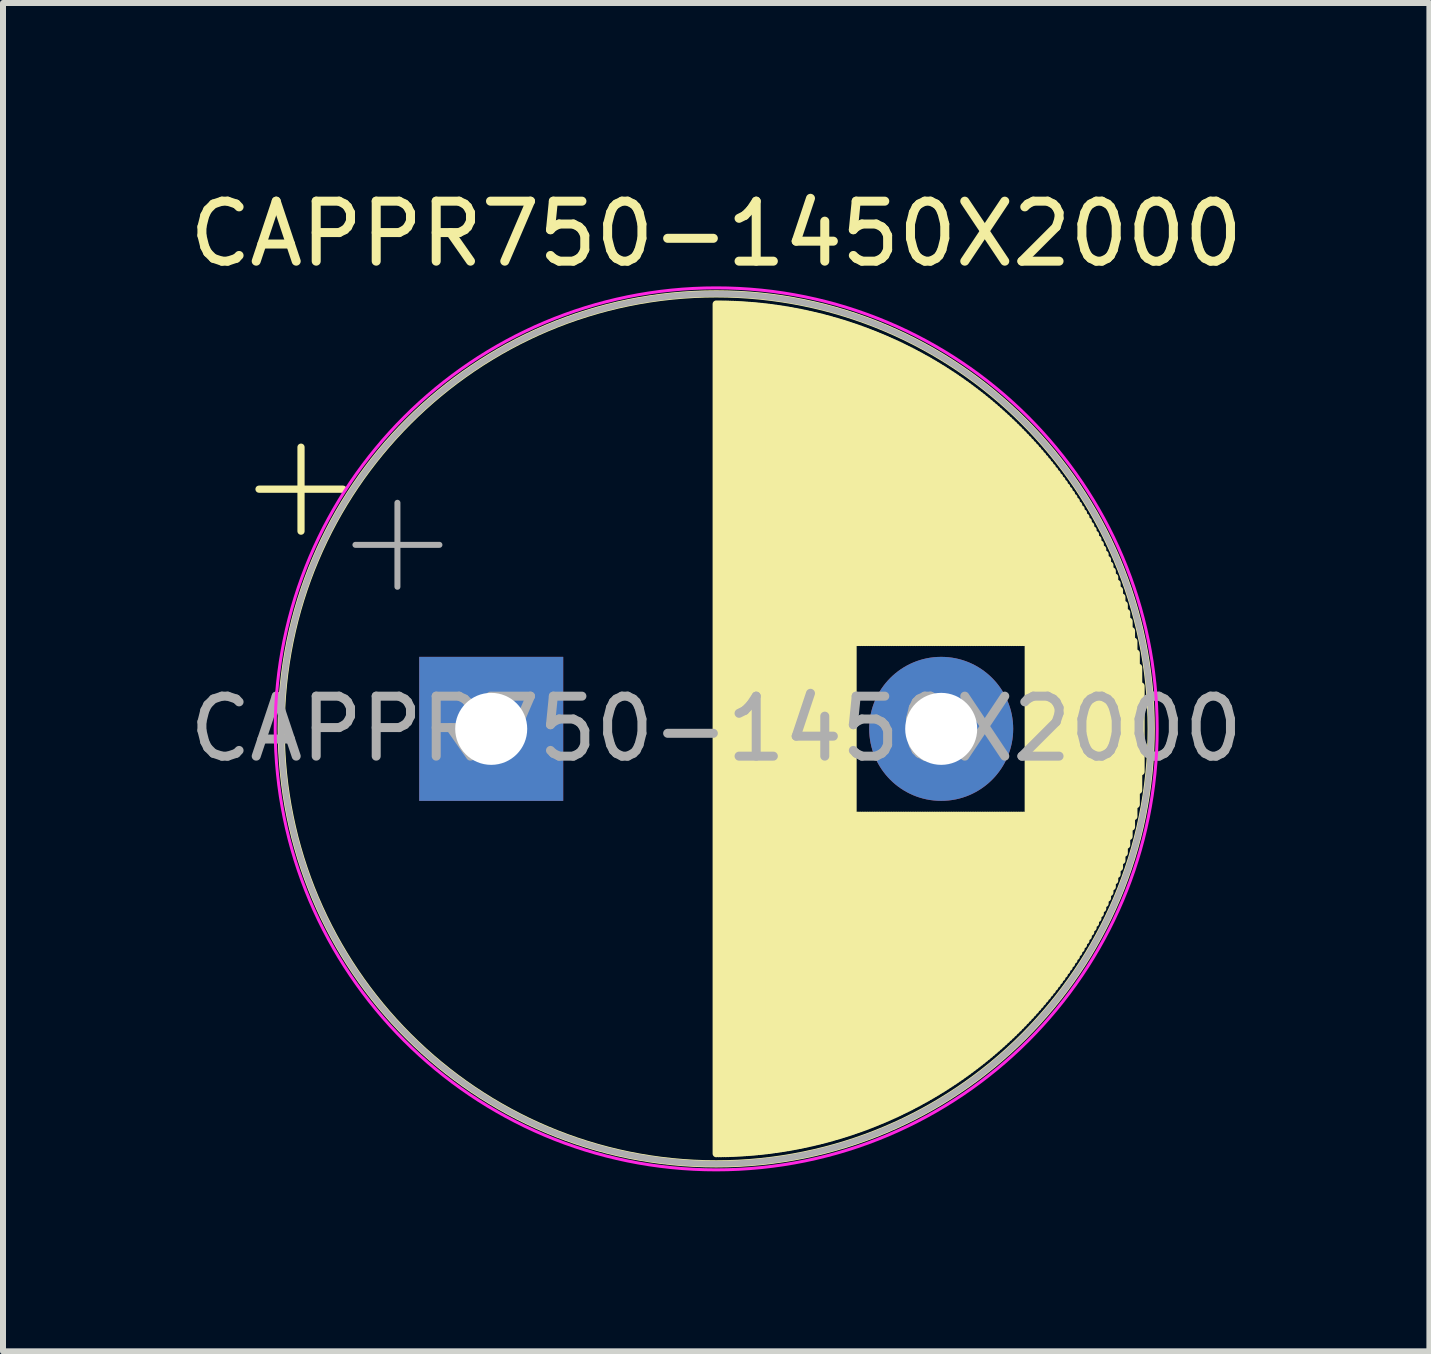
<source format=kicad_pcb>
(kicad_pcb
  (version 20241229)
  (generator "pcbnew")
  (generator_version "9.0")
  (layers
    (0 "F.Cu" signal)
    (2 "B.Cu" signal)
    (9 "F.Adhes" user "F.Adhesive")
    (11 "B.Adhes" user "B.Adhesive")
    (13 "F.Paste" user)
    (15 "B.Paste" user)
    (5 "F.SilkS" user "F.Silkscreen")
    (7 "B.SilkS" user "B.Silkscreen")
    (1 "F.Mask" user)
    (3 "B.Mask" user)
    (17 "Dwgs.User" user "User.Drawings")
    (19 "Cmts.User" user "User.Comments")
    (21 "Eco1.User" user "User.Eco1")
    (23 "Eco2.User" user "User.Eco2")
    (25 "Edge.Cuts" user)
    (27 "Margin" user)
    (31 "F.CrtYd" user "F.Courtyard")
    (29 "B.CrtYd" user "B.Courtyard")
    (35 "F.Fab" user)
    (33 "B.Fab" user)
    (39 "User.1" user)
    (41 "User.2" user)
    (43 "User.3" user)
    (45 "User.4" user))
  (footprint "CAPPR750-1450X2000"
    (layer "F.Cu")
    (at 5.137 9.098)
    (property "Reference" "CAPPR750-1450X2000" (at 3.75 -8.25 0) (layer "F.SilkS") (effects (font (size 1 1) (thickness 0.15))))
    (attr through_hole)
    (fp_line (start -3.87 -3.995) (end -2.47 -3.995) (stroke (width 0.12) (type solid)) (layer "F.SilkS"))
    (fp_line (start -3.17 -4.695) (end -3.17 -3.295) (stroke (width 0.12) (type solid)) (layer "F.SilkS"))
    (fp_line (start 3.75 -7.08) (end 3.75 7.08) (stroke (width 0.12) (type solid)) (layer "F.SilkS"))
    (fp_line (start 3.79 -7.08) (end 3.79 7.08) (stroke (width 0.12) (type solid)) (layer "F.SilkS"))
    (fp_line (start 3.83 -7.08) (end 3.83 7.08) (stroke (width 0.12) (type solid)) (layer "F.SilkS"))
    (fp_line (start 3.87 -7.079) (end 3.87 7.079) (stroke (width 0.12) (type solid)) (layer "F.SilkS"))
    (fp_line (start 3.91 -7.079) (end 3.91 7.079) (stroke (width 0.12) (type solid)) (layer "F.SilkS"))
    (fp_line (start 3.95 -7.078) (end 3.95 7.078) (stroke (width 0.12) (type solid)) (layer "F.SilkS"))
    (fp_line (start 3.99 -7.076) (end 3.99 7.076) (stroke (width 0.12) (type solid)) (layer "F.SilkS"))
    (fp_line (start 4.03 -7.075) (end 4.03 7.075) (stroke (width 0.12) (type solid)) (layer "F.SilkS"))
    (fp_line (start 4.07 -7.073) (end 4.07 7.073) (stroke (width 0.12) (type solid)) (layer "F.SilkS"))
    (fp_line (start 4.11 -7.071) (end 4.11 7.071) (stroke (width 0.12) (type solid)) (layer "F.SilkS"))
    (fp_line (start 4.15 -7.069) (end 4.15 7.069) (stroke (width 0.12) (type solid)) (layer "F.SilkS"))
    (fp_line (start 4.19 -7.067) (end 4.19 7.067) (stroke (width 0.12) (type solid)) (layer "F.SilkS"))
    (fp_line (start 4.23 -7.064) (end 4.23 7.064) (stroke (width 0.12) (type solid)) (layer "F.SilkS"))
    (fp_line (start 4.27 -7.061) (end 4.27 7.061) (stroke (width 0.12) (type solid)) (layer "F.SilkS"))
    (fp_line (start 4.31 -7.058) (end 4.31 7.058) (stroke (width 0.12) (type solid)) (layer "F.SilkS"))
    (fp_line (start 4.35 -7.055) (end 4.35 7.055) (stroke (width 0.12) (type solid)) (layer "F.SilkS"))
    (fp_line (start 4.39 -7.052) (end 4.39 7.052) (stroke (width 0.12) (type solid)) (layer "F.SilkS"))
    (fp_line (start 4.43 -7.048) (end 4.43 7.048) (stroke (width 0.12) (type solid)) (layer "F.SilkS"))
    (fp_line (start 4.471 -7.044) (end 4.471 7.044) (stroke (width 0.12) (type solid)) (layer "F.SilkS"))
    (fp_line (start 4.511 -7.04) (end 4.511 7.04) (stroke (width 0.12) (type solid)) (layer "F.SilkS"))
    (fp_line (start 4.551 -7.035) (end 4.551 7.035) (stroke (width 0.12) (type solid)) (layer "F.SilkS"))
    (fp_line (start 4.591 -7.031) (end 4.591 7.031) (stroke (width 0.12) (type solid)) (layer "F.SilkS"))
    (fp_line (start 4.631 -7.026) (end 4.631 7.026) (stroke (width 0.12) (type solid)) (layer "F.SilkS"))
    (fp_line (start 4.671 -7.021) (end 4.671 7.021) (stroke (width 0.12) (type solid)) (layer "F.SilkS"))
    (fp_line (start 4.711 -7.015) (end 4.711 7.015) (stroke (width 0.12) (type solid)) (layer "F.SilkS"))
    (fp_line (start 4.751 -7.01) (end 4.751 7.01) (stroke (width 0.12) (type solid)) (layer "F.SilkS"))
    (fp_line (start 4.791 -7.004) (end 4.791 7.004) (stroke (width 0.12) (type solid)) (layer "F.SilkS"))
    (fp_line (start 4.831 -6.998) (end 4.831 6.998) (stroke (width 0.12) (type solid)) (layer "F.SilkS"))
    (fp_line (start 4.871 -6.992) (end 4.871 6.992) (stroke (width 0.12) (type solid)) (layer "F.SilkS"))
    (fp_line (start 4.911 -6.985) (end 4.911 6.985) (stroke (width 0.12) (type solid)) (layer "F.SilkS"))
    (fp_line (start 4.951 -6.979) (end 4.951 6.979) (stroke (width 0.12) (type solid)) (layer "F.SilkS"))
    (fp_line (start 4.991 -6.972) (end 4.991 6.972) (stroke (width 0.12) (type solid)) (layer "F.SilkS"))
    (fp_line (start 5.031 -6.964) (end 5.031 6.964) (stroke (width 0.12) (type solid)) (layer "F.SilkS"))
    (fp_line (start 5.071 -6.957) (end 5.071 6.957) (stroke (width 0.12) (type solid)) (layer "F.SilkS"))
    (fp_line (start 5.111 -6.949) (end 5.111 6.949) (stroke (width 0.12) (type solid)) (layer "F.SilkS"))
    (fp_line (start 5.151 -6.942) (end 5.151 6.942) (stroke (width 0.12) (type solid)) (layer "F.SilkS"))
    (fp_line (start 5.191 -6.933) (end 5.191 6.933) (stroke (width 0.12) (type solid)) (layer "F.SilkS"))
    (fp_line (start 5.231 -6.925) (end 5.231 6.925) (stroke (width 0.12) (type solid)) (layer "F.SilkS"))
    (fp_line (start 5.271 -6.916) (end 5.271 6.916) (stroke (width 0.12) (type solid)) (layer "F.SilkS"))
    (fp_line (start 5.311 -6.907) (end 5.311 6.907) (stroke (width 0.12) (type solid)) (layer "F.SilkS"))
    (fp_line (start 5.351 -6.898) (end 5.351 6.898) (stroke (width 0.12) (type solid)) (layer "F.SilkS"))
    (fp_line (start 5.391 -6.889) (end 5.391 6.889) (stroke (width 0.12) (type solid)) (layer "F.SilkS"))
    (fp_line (start 5.431 -6.879) (end 5.431 6.879) (stroke (width 0.12) (type solid)) (layer "F.SilkS"))
    (fp_line (start 5.471 -6.87) (end 5.471 6.87) (stroke (width 0.12) (type solid)) (layer "F.SilkS"))
    (fp_line (start 5.511 -6.86) (end 5.511 6.86) (stroke (width 0.12) (type solid)) (layer "F.SilkS"))
    (fp_line (start 5.551 -6.849) (end 5.551 6.849) (stroke (width 0.12) (type solid)) (layer "F.SilkS"))
    (fp_line (start 5.591 -6.839) (end 5.591 6.839) (stroke (width 0.12) (type solid)) (layer "F.SilkS"))
    (fp_line (start 5.631 -6.828) (end 5.631 6.828) (stroke (width 0.12) (type solid)) (layer "F.SilkS"))
    (fp_line (start 5.671 -6.817) (end 5.671 6.817) (stroke (width 0.12) (type solid)) (layer "F.SilkS"))
    (fp_line (start 5.711 -6.805) (end 5.711 6.805) (stroke (width 0.12) (type solid)) (layer "F.SilkS"))
    (fp_line (start 5.751 -6.794) (end 5.751 6.794) (stroke (width 0.12) (type solid)) (layer "F.SilkS"))
    (fp_line (start 5.791 -6.782) (end 5.791 6.782) (stroke (width 0.12) (type solid)) (layer "F.SilkS"))
    (fp_line (start 5.831 -6.77) (end 5.831 6.77) (stroke (width 0.12) (type solid)) (layer "F.SilkS"))
    (fp_line (start 5.871 -6.758) (end 5.871 6.758) (stroke (width 0.12) (type solid)) (layer "F.SilkS"))
    (fp_line (start 5.911 -6.745) (end 5.911 6.745) (stroke (width 0.12) (type solid)) (layer "F.SilkS"))
    (fp_line (start 5.951 -6.732) (end 5.951 6.732) (stroke (width 0.12) (type solid)) (layer "F.SilkS"))
    (fp_line (start 5.991 -6.719) (end 5.991 6.719) (stroke (width 0.12) (type solid)) (layer "F.SilkS"))
    (fp_line (start 6.031 -6.706) (end 6.031 6.706) (stroke (width 0.12) (type solid)) (layer "F.SilkS"))
    (fp_line (start 6.071 -6.692) (end 6.071 -1.44) (stroke (width 0.12) (type solid)) (layer "F.SilkS"))
    (fp_line (start 6.071 1.44) (end 6.071 6.692) (stroke (width 0.12) (type solid)) (layer "F.SilkS"))
    (fp_line (start 6.111 -6.678) (end 6.111 -1.44) (stroke (width 0.12) (type solid)) (layer "F.SilkS"))
    (fp_line (start 6.111 1.44) (end 6.111 6.678) (stroke (width 0.12) (type solid)) (layer "F.SilkS"))
    (fp_line (start 6.151 -6.664) (end 6.151 -1.44) (stroke (width 0.12) (type solid)) (layer "F.SilkS"))
    (fp_line (start 6.151 1.44) (end 6.151 6.664) (stroke (width 0.12) (type solid)) (layer "F.SilkS"))
    (fp_line (start 6.191 -6.649) (end 6.191 -1.44) (stroke (width 0.12) (type solid)) (layer "F.SilkS"))
    (fp_line (start 6.191 1.44) (end 6.191 6.649) (stroke (width 0.12) (type solid)) (layer "F.SilkS"))
    (fp_line (start 6.231 -6.635) (end 6.231 -1.44) (stroke (width 0.12) (type solid)) (layer "F.SilkS"))
    (fp_line (start 6.231 1.44) (end 6.231 6.635) (stroke (width 0.12) (type solid)) (layer "F.SilkS"))
    (fp_line (start 6.271 -6.62) (end 6.271 -1.44) (stroke (width 0.12) (type solid)) (layer "F.SilkS"))
    (fp_line (start 6.271 1.44) (end 6.271 6.62) (stroke (width 0.12) (type solid)) (layer "F.SilkS"))
    (fp_line (start 6.311 -6.604) (end 6.311 -1.44) (stroke (width 0.12) (type solid)) (layer "F.SilkS"))
    (fp_line (start 6.311 1.44) (end 6.311 6.604) (stroke (width 0.12) (type solid)) (layer "F.SilkS"))
    (fp_line (start 6.351 -6.589) (end 6.351 -1.44) (stroke (width 0.12) (type solid)) (layer "F.SilkS"))
    (fp_line (start 6.351 1.44) (end 6.351 6.589) (stroke (width 0.12) (type solid)) (layer "F.SilkS"))
    (fp_line (start 6.391 -6.573) (end 6.391 -1.44) (stroke (width 0.12) (type solid)) (layer "F.SilkS"))
    (fp_line (start 6.391 1.44) (end 6.391 6.573) (stroke (width 0.12) (type solid)) (layer "F.SilkS"))
    (fp_line (start 6.431 -6.557) (end 6.431 -1.44) (stroke (width 0.12) (type solid)) (layer "F.SilkS"))
    (fp_line (start 6.431 1.44) (end 6.431 6.557) (stroke (width 0.12) (type solid)) (layer "F.SilkS"))
    (fp_line (start 6.471 -6.54) (end 6.471 -1.44) (stroke (width 0.12) (type solid)) (layer "F.SilkS"))
    (fp_line (start 6.471 1.44) (end 6.471 6.54) (stroke (width 0.12) (type solid)) (layer "F.SilkS"))
    (fp_line (start 6.511 -6.524) (end 6.511 -1.44) (stroke (width 0.12) (type solid)) (layer "F.SilkS"))
    (fp_line (start 6.511 1.44) (end 6.511 6.524) (stroke (width 0.12) (type solid)) (layer "F.SilkS"))
    (fp_line (start 6.551 -6.507) (end 6.551 -1.44) (stroke (width 0.12) (type solid)) (layer "F.SilkS"))
    (fp_line (start 6.551 1.44) (end 6.551 6.507) (stroke (width 0.12) (type solid)) (layer "F.SilkS"))
    (fp_line (start 6.591 -6.49) (end 6.591 -1.44) (stroke (width 0.12) (type solid)) (layer "F.SilkS"))
    (fp_line (start 6.591 1.44) (end 6.591 6.49) (stroke (width 0.12) (type solid)) (layer "F.SilkS"))
    (fp_line (start 6.631 -6.472) (end 6.631 -1.44) (stroke (width 0.12) (type solid)) (layer "F.SilkS"))
    (fp_line (start 6.631 1.44) (end 6.631 6.472) (stroke (width 0.12) (type solid)) (layer "F.SilkS"))
    (fp_line (start 6.671 -6.454) (end 6.671 -1.44) (stroke (width 0.12) (type solid)) (layer "F.SilkS"))
    (fp_line (start 6.671 1.44) (end 6.671 6.454) (stroke (width 0.12) (type solid)) (layer "F.SilkS"))
    (fp_line (start 6.711 -6.436) (end 6.711 -1.44) (stroke (width 0.12) (type solid)) (layer "F.SilkS"))
    (fp_line (start 6.711 1.44) (end 6.711 6.436) (stroke (width 0.12) (type solid)) (layer "F.SilkS"))
    (fp_line (start 6.751 -6.418) (end 6.751 -1.44) (stroke (width 0.12) (type solid)) (layer "F.SilkS"))
    (fp_line (start 6.751 1.44) (end 6.751 6.418) (stroke (width 0.12) (type solid)) (layer "F.SilkS"))
    (fp_line (start 6.791 -6.399) (end 6.791 -1.44) (stroke (width 0.12) (type solid)) (layer "F.SilkS"))
    (fp_line (start 6.791 1.44) (end 6.791 6.399) (stroke (width 0.12) (type solid)) (layer "F.SilkS"))
    (fp_line (start 6.831 -6.38) (end 6.831 -1.44) (stroke (width 0.12) (type solid)) (layer "F.SilkS"))
    (fp_line (start 6.831 1.44) (end 6.831 6.38) (stroke (width 0.12) (type solid)) (layer "F.SilkS"))
    (fp_line (start 6.871 -6.36) (end 6.871 -1.44) (stroke (width 0.12) (type solid)) (layer "F.SilkS"))
    (fp_line (start 6.871 1.44) (end 6.871 6.36) (stroke (width 0.12) (type solid)) (layer "F.SilkS"))
    (fp_line (start 6.911 -6.341) (end 6.911 -1.44) (stroke (width 0.12) (type solid)) (layer "F.SilkS"))
    (fp_line (start 6.911 1.44) (end 6.911 6.341) (stroke (width 0.12) (type solid)) (layer "F.SilkS"))
    (fp_line (start 6.951 -6.321) (end 6.951 -1.44) (stroke (width 0.12) (type solid)) (layer "F.SilkS"))
    (fp_line (start 6.951 1.44) (end 6.951 6.321) (stroke (width 0.12) (type solid)) (layer "F.SilkS"))
    (fp_line (start 6.991 -6.301) (end 6.991 -1.44) (stroke (width 0.12) (type solid)) (layer "F.SilkS"))
    (fp_line (start 6.991 1.44) (end 6.991 6.301) (stroke (width 0.12) (type solid)) (layer "F.SilkS"))
    (fp_line (start 7.031 -6.28) (end 7.031 -1.44) (stroke (width 0.12) (type solid)) (layer "F.SilkS"))
    (fp_line (start 7.031 1.44) (end 7.031 6.28) (stroke (width 0.12) (type solid)) (layer "F.SilkS"))
    (fp_line (start 7.071 -6.259) (end 7.071 -1.44) (stroke (width 0.12) (type solid)) (layer "F.SilkS"))
    (fp_line (start 7.071 1.44) (end 7.071 6.259) (stroke (width 0.12) (type solid)) (layer "F.SilkS"))
    (fp_line (start 7.111 -6.238) (end 7.111 -1.44) (stroke (width 0.12) (type solid)) (layer "F.SilkS"))
    (fp_line (start 7.111 1.44) (end 7.111 6.238) (stroke (width 0.12) (type solid)) (layer "F.SilkS"))
    (fp_line (start 7.151 -6.216) (end 7.151 -1.44) (stroke (width 0.12) (type solid)) (layer "F.SilkS"))
    (fp_line (start 7.151 1.44) (end 7.151 6.216) (stroke (width 0.12) (type solid)) (layer "F.SilkS"))
    (fp_line (start 7.191 -6.194) (end 7.191 -1.44) (stroke (width 0.12) (type solid)) (layer "F.SilkS"))
    (fp_line (start 7.191 1.44) (end 7.191 6.194) (stroke (width 0.12) (type solid)) (layer "F.SilkS"))
    (fp_line (start 7.231 -6.172) (end 7.231 -1.44) (stroke (width 0.12) (type solid)) (layer "F.SilkS"))
    (fp_line (start 7.231 1.44) (end 7.231 6.172) (stroke (width 0.12) (type solid)) (layer "F.SilkS"))
    (fp_line (start 7.271 -6.15) (end 7.271 -1.44) (stroke (width 0.12) (type solid)) (layer "F.SilkS"))
    (fp_line (start 7.271 1.44) (end 7.271 6.15) (stroke (width 0.12) (type solid)) (layer "F.SilkS"))
    (fp_line (start 7.311 -6.127) (end 7.311 -1.44) (stroke (width 0.12) (type solid)) (layer "F.SilkS"))
    (fp_line (start 7.311 1.44) (end 7.311 6.127) (stroke (width 0.12) (type solid)) (layer "F.SilkS"))
    (fp_line (start 7.351 -6.103) (end 7.351 -1.44) (stroke (width 0.12) (type solid)) (layer "F.SilkS"))
    (fp_line (start 7.351 1.44) (end 7.351 6.103) (stroke (width 0.12) (type solid)) (layer "F.SilkS"))
    (fp_line (start 7.391 -6.08) (end 7.391 -1.44) (stroke (width 0.12) (type solid)) (layer "F.SilkS"))
    (fp_line (start 7.391 1.44) (end 7.391 6.08) (stroke (width 0.12) (type solid)) (layer "F.SilkS"))
    (fp_line (start 7.431 -6.056) (end 7.431 -1.44) (stroke (width 0.12) (type solid)) (layer "F.SilkS"))
    (fp_line (start 7.431 1.44) (end 7.431 6.056) (stroke (width 0.12) (type solid)) (layer "F.SilkS"))
    (fp_line (start 7.471 -6.031) (end 7.471 -1.44) (stroke (width 0.12) (type solid)) (layer "F.SilkS"))
    (fp_line (start 7.471 1.44) (end 7.471 6.031) (stroke (width 0.12) (type solid)) (layer "F.SilkS"))
    (fp_line (start 7.511 -6.007) (end 7.511 -1.44) (stroke (width 0.12) (type solid)) (layer "F.SilkS"))
    (fp_line (start 7.511 1.44) (end 7.511 6.007) (stroke (width 0.12) (type solid)) (layer "F.SilkS"))
    (fp_line (start 7.551 -5.982) (end 7.551 -1.44) (stroke (width 0.12) (type solid)) (layer "F.SilkS"))
    (fp_line (start 7.551 1.44) (end 7.551 5.982) (stroke (width 0.12) (type solid)) (layer "F.SilkS"))
    (fp_line (start 7.591 -5.956) (end 7.591 -1.44) (stroke (width 0.12) (type solid)) (layer "F.SilkS"))
    (fp_line (start 7.591 1.44) (end 7.591 5.956) (stroke (width 0.12) (type solid)) (layer "F.SilkS"))
    (fp_line (start 7.631 -5.93) (end 7.631 -1.44) (stroke (width 0.12) (type solid)) (layer "F.SilkS"))
    (fp_line (start 7.631 1.44) (end 7.631 5.93) (stroke (width 0.12) (type solid)) (layer "F.SilkS"))
    (fp_line (start 7.671 -5.904) (end 7.671 -1.44) (stroke (width 0.12) (type solid)) (layer "F.SilkS"))
    (fp_line (start 7.671 1.44) (end 7.671 5.904) (stroke (width 0.12) (type solid)) (layer "F.SilkS"))
    (fp_line (start 7.711 -5.878) (end 7.711 -1.44) (stroke (width 0.12) (type solid)) (layer "F.SilkS"))
    (fp_line (start 7.711 1.44) (end 7.711 5.878) (stroke (width 0.12) (type solid)) (layer "F.SilkS"))
    (fp_line (start 7.751 -5.851) (end 7.751 -1.44) (stroke (width 0.12) (type solid)) (layer "F.SilkS"))
    (fp_line (start 7.751 1.44) (end 7.751 5.851) (stroke (width 0.12) (type solid)) (layer "F.SilkS"))
    (fp_line (start 7.791 -5.823) (end 7.791 -1.44) (stroke (width 0.12) (type solid)) (layer "F.SilkS"))
    (fp_line (start 7.791 1.44) (end 7.791 5.823) (stroke (width 0.12) (type solid)) (layer "F.SilkS"))
    (fp_line (start 7.831 -5.796) (end 7.831 -1.44) (stroke (width 0.12) (type solid)) (layer "F.SilkS"))
    (fp_line (start 7.831 1.44) (end 7.831 5.796) (stroke (width 0.12) (type solid)) (layer "F.SilkS"))
    (fp_line (start 7.871 -5.767) (end 7.871 -1.44) (stroke (width 0.12) (type solid)) (layer "F.SilkS"))
    (fp_line (start 7.871 1.44) (end 7.871 5.767) (stroke (width 0.12) (type solid)) (layer "F.SilkS"))
    (fp_line (start 7.911 -5.739) (end 7.911 -1.44) (stroke (width 0.12) (type solid)) (layer "F.SilkS"))
    (fp_line (start 7.911 1.44) (end 7.911 5.739) (stroke (width 0.12) (type solid)) (layer "F.SilkS"))
    (fp_line (start 7.951 -5.71) (end 7.951 -1.44) (stroke (width 0.12) (type solid)) (layer "F.SilkS"))
    (fp_line (start 7.951 1.44) (end 7.951 5.71) (stroke (width 0.12) (type solid)) (layer "F.SilkS"))
    (fp_line (start 7.991 -5.68) (end 7.991 -1.44) (stroke (width 0.12) (type solid)) (layer "F.SilkS"))
    (fp_line (start 7.991 1.44) (end 7.991 5.68) (stroke (width 0.12) (type solid)) (layer "F.SilkS"))
    (fp_line (start 8.031 -5.65) (end 8.031 -1.44) (stroke (width 0.12) (type solid)) (layer "F.SilkS"))
    (fp_line (start 8.031 1.44) (end 8.031 5.65) (stroke (width 0.12) (type solid)) (layer "F.SilkS"))
    (fp_line (start 8.071 -5.62) (end 8.071 -1.44) (stroke (width 0.12) (type solid)) (layer "F.SilkS"))
    (fp_line (start 8.071 1.44) (end 8.071 5.62) (stroke (width 0.12) (type solid)) (layer "F.SilkS"))
    (fp_line (start 8.111 -5.589) (end 8.111 -1.44) (stroke (width 0.12) (type solid)) (layer "F.SilkS"))
    (fp_line (start 8.111 1.44) (end 8.111 5.589) (stroke (width 0.12) (type solid)) (layer "F.SilkS"))
    (fp_line (start 8.151 -5.558) (end 8.151 -1.44) (stroke (width 0.12) (type solid)) (layer "F.SilkS"))
    (fp_line (start 8.151 1.44) (end 8.151 5.558) (stroke (width 0.12) (type solid)) (layer "F.SilkS"))
    (fp_line (start 8.191 -5.527) (end 8.191 -1.44) (stroke (width 0.12) (type solid)) (layer "F.SilkS"))
    (fp_line (start 8.191 1.44) (end 8.191 5.527) (stroke (width 0.12) (type solid)) (layer "F.SilkS"))
    (fp_line (start 8.231 -5.494) (end 8.231 -1.44) (stroke (width 0.12) (type solid)) (layer "F.SilkS"))
    (fp_line (start 8.231 1.44) (end 8.231 5.494) (stroke (width 0.12) (type solid)) (layer "F.SilkS"))
    (fp_line (start 8.271 -5.462) (end 8.271 -1.44) (stroke (width 0.12) (type solid)) (layer "F.SilkS"))
    (fp_line (start 8.271 1.44) (end 8.271 5.462) (stroke (width 0.12) (type solid)) (layer "F.SilkS"))
    (fp_line (start 8.311 -5.429) (end 8.311 -1.44) (stroke (width 0.12) (type solid)) (layer "F.SilkS"))
    (fp_line (start 8.311 1.44) (end 8.311 5.429) (stroke (width 0.12) (type solid)) (layer "F.SilkS"))
    (fp_line (start 8.351 -5.395) (end 8.351 -1.44) (stroke (width 0.12) (type solid)) (layer "F.SilkS"))
    (fp_line (start 8.351 1.44) (end 8.351 5.395) (stroke (width 0.12) (type solid)) (layer "F.SilkS"))
    (fp_line (start 8.391 -5.361) (end 8.391 -1.44) (stroke (width 0.12) (type solid)) (layer "F.SilkS"))
    (fp_line (start 8.391 1.44) (end 8.391 5.361) (stroke (width 0.12) (type solid)) (layer "F.SilkS"))
    (fp_line (start 8.431 -5.326) (end 8.431 -1.44) (stroke (width 0.12) (type solid)) (layer "F.SilkS"))
    (fp_line (start 8.431 1.44) (end 8.431 5.326) (stroke (width 0.12) (type solid)) (layer "F.SilkS"))
    (fp_line (start 8.471 -5.291) (end 8.471 -1.44) (stroke (width 0.12) (type solid)) (layer "F.SilkS"))
    (fp_line (start 8.471 1.44) (end 8.471 5.291) (stroke (width 0.12) (type solid)) (layer "F.SilkS"))
    (fp_line (start 8.511 -5.255) (end 8.511 -1.44) (stroke (width 0.12) (type solid)) (layer "F.SilkS"))
    (fp_line (start 8.511 1.44) (end 8.511 5.255) (stroke (width 0.12) (type solid)) (layer "F.SilkS"))
    (fp_line (start 8.551 -5.219) (end 8.551 -1.44) (stroke (width 0.12) (type solid)) (layer "F.SilkS"))
    (fp_line (start 8.551 1.44) (end 8.551 5.219) (stroke (width 0.12) (type solid)) (layer "F.SilkS"))
    (fp_line (start 8.591 -5.182) (end 8.591 -1.44) (stroke (width 0.12) (type solid)) (layer "F.SilkS"))
    (fp_line (start 8.591 1.44) (end 8.591 5.182) (stroke (width 0.12) (type solid)) (layer "F.SilkS"))
    (fp_line (start 8.631 -5.145) (end 8.631 -1.44) (stroke (width 0.12) (type solid)) (layer "F.SilkS"))
    (fp_line (start 8.631 1.44) (end 8.631 5.145) (stroke (width 0.12) (type solid)) (layer "F.SilkS"))
    (fp_line (start 8.671 -5.107) (end 8.671 -1.44) (stroke (width 0.12) (type solid)) (layer "F.SilkS"))
    (fp_line (start 8.671 1.44) (end 8.671 5.107) (stroke (width 0.12) (type solid)) (layer "F.SilkS"))
    (fp_line (start 8.711 -5.069) (end 8.711 -1.44) (stroke (width 0.12) (type solid)) (layer "F.SilkS"))
    (fp_line (start 8.711 1.44) (end 8.711 5.069) (stroke (width 0.12) (type solid)) (layer "F.SilkS"))
    (fp_line (start 8.751 -5.029) (end 8.751 -1.44) (stroke (width 0.12) (type solid)) (layer "F.SilkS"))
    (fp_line (start 8.751 1.44) (end 8.751 5.029) (stroke (width 0.12) (type solid)) (layer "F.SilkS"))
    (fp_line (start 8.791 -4.99) (end 8.791 -1.44) (stroke (width 0.12) (type solid)) (layer "F.SilkS"))
    (fp_line (start 8.791 1.44) (end 8.791 4.99) (stroke (width 0.12) (type solid)) (layer "F.SilkS"))
    (fp_line (start 8.831 -4.949) (end 8.831 -1.44) (stroke (width 0.12) (type solid)) (layer "F.SilkS"))
    (fp_line (start 8.831 1.44) (end 8.831 4.949) (stroke (width 0.12) (type solid)) (layer "F.SilkS"))
    (fp_line (start 8.871 -4.908) (end 8.871 -1.44) (stroke (width 0.12) (type solid)) (layer "F.SilkS"))
    (fp_line (start 8.871 1.44) (end 8.871 4.908) (stroke (width 0.12) (type solid)) (layer "F.SilkS"))
    (fp_line (start 8.911 -4.866) (end 8.911 -1.44) (stroke (width 0.12) (type solid)) (layer "F.SilkS"))
    (fp_line (start 8.911 1.44) (end 8.911 4.866) (stroke (width 0.12) (type solid)) (layer "F.SilkS"))
    (fp_line (start 8.951 -4.824) (end 8.951 4.824) (stroke (width 0.12) (type solid)) (layer "F.SilkS"))
    (fp_line (start 8.991 -4.781) (end 8.991 4.781) (stroke (width 0.12) (type solid)) (layer "F.SilkS"))
    (fp_line (start 9.031 -4.737) (end 9.031 4.737) (stroke (width 0.12) (type solid)) (layer "F.SilkS"))
    (fp_line (start 9.071 -4.693) (end 9.071 4.693) (stroke (width 0.12) (type solid)) (layer "F.SilkS"))
    (fp_line (start 9.111 -4.647) (end 9.111 4.647) (stroke (width 0.12) (type solid)) (layer "F.SilkS"))
    (fp_line (start 9.151 -4.601) (end 9.151 4.601) (stroke (width 0.12) (type solid)) (layer "F.SilkS"))
    (fp_line (start 9.191 -4.554) (end 9.191 4.554) (stroke (width 0.12) (type solid)) (layer "F.SilkS"))
    (fp_line (start 9.231 -4.506) (end 9.231 4.506) (stroke (width 0.12) (type solid)) (layer "F.SilkS"))
    (fp_line (start 9.271 -4.458) (end 9.271 4.458) (stroke (width 0.12) (type solid)) (layer "F.SilkS"))
    (fp_line (start 9.311 -4.408) (end 9.311 4.408) (stroke (width 0.12) (type solid)) (layer "F.SilkS"))
    (fp_line (start 9.351 -4.358) (end 9.351 4.358) (stroke (width 0.12) (type solid)) (layer "F.SilkS"))
    (fp_line (start 9.391 -4.306) (end 9.391 4.306) (stroke (width 0.12) (type solid)) (layer "F.SilkS"))
    (fp_line (start 9.431 -4.254) (end 9.431 4.254) (stroke (width 0.12) (type solid)) (layer "F.SilkS"))
    (fp_line (start 9.471 -4.2) (end 9.471 4.2) (stroke (width 0.12) (type solid)) (layer "F.SilkS"))
    (fp_line (start 9.511 -4.146) (end 9.511 4.146) (stroke (width 0.12) (type solid)) (layer "F.SilkS"))
    (fp_line (start 9.551 -4.09) (end 9.551 4.09) (stroke (width 0.12) (type solid)) (layer "F.SilkS"))
    (fp_line (start 9.591 -4.033) (end 9.591 4.033) (stroke (width 0.12) (type solid)) (layer "F.SilkS"))
    (fp_line (start 9.631 -3.975) (end 9.631 3.975) (stroke (width 0.12) (type solid)) (layer "F.SilkS"))
    (fp_line (start 9.671 -3.916) (end 9.671 3.916) (stroke (width 0.12) (type solid)) (layer "F.SilkS"))
    (fp_line (start 9.711 -3.856) (end 9.711 3.856) (stroke (width 0.12) (type solid)) (layer "F.SilkS"))
    (fp_line (start 9.751 -3.794) (end 9.751 3.794) (stroke (width 0.12) (type solid)) (layer "F.SilkS"))
    (fp_line (start 9.791 -3.73) (end 9.791 3.73) (stroke (width 0.12) (type solid)) (layer "F.SilkS"))
    (fp_line (start 9.831 -3.666) (end 9.831 3.666) (stroke (width 0.12) (type solid)) (layer "F.SilkS"))
    (fp_line (start 9.871 -3.599) (end 9.871 3.599) (stroke (width 0.12) (type solid)) (layer "F.SilkS"))
    (fp_line (start 9.911 -3.531) (end 9.911 3.531) (stroke (width 0.12) (type solid)) (layer "F.SilkS"))
    (fp_line (start 9.951 -3.461) (end 9.951 3.461) (stroke (width 0.12) (type solid)) (layer "F.SilkS"))
    (fp_line (start 9.991 -3.389) (end 9.991 3.389) (stroke (width 0.12) (type solid)) (layer "F.SilkS"))
    (fp_line (start 10.031 -3.315) (end 10.031 3.315) (stroke (width 0.12) (type solid)) (layer "F.SilkS"))
    (fp_line (start 10.071 -3.24) (end 10.071 3.24) (stroke (width 0.12) (type solid)) (layer "F.SilkS"))
    (fp_line (start 10.111 -3.161) (end 10.111 3.161) (stroke (width 0.12) (type solid)) (layer "F.SilkS"))
    (fp_line (start 10.151 -3.08) (end 10.151 3.08) (stroke (width 0.12) (type solid)) (layer "F.SilkS"))
    (fp_line (start 10.191 -2.997) (end 10.191 2.997) (stroke (width 0.12) (type solid)) (layer "F.SilkS"))
    (fp_line (start 10.231 -2.911) (end 10.231 2.911) (stroke (width 0.12) (type solid)) (layer "F.SilkS"))
    (fp_line (start 10.271 -2.821) (end 10.271 2.821) (stroke (width 0.12) (type solid)) (layer "F.SilkS"))
    (fp_line (start 10.311 -2.728) (end 10.311 2.728) (stroke (width 0.12) (type solid)) (layer "F.SilkS"))
    (fp_line (start 10.351 -2.632) (end 10.351 2.632) (stroke (width 0.12) (type solid)) (layer "F.SilkS"))
    (fp_line (start 10.391 -2.53) (end 10.391 2.53) (stroke (width 0.12) (type solid)) (layer "F.SilkS"))
    (fp_line (start 10.431 -2.425) (end 10.431 2.425) (stroke (width 0.12) (type solid)) (layer "F.SilkS"))
    (fp_line (start 10.471 -2.313) (end 10.471 2.313) (stroke (width 0.12) (type solid)) (layer "F.SilkS"))
    (fp_line (start 10.511 -2.196) (end 10.511 2.196) (stroke (width 0.12) (type solid)) (layer "F.SilkS"))
    (fp_line (start 10.551 -2.071) (end 10.551 2.071) (stroke (width 0.12) (type solid)) (layer "F.SilkS"))
    (fp_line (start 10.591 -1.938) (end 10.591 1.938) (stroke (width 0.12) (type solid)) (layer "F.SilkS"))
    (fp_line (start 10.631 -1.794) (end 10.631 1.794) (stroke (width 0.12) (type solid)) (layer "F.SilkS"))
    (fp_line (start 10.671 -1.636) (end 10.671 1.636) (stroke (width 0.12) (type solid)) (layer "F.SilkS"))
    (fp_line (start 10.711 -1.461) (end 10.711 1.461) (stroke (width 0.12) (type solid)) (layer "F.SilkS"))
    (fp_line (start 10.751 -1.262) (end 10.751 1.262) (stroke (width 0.12) (type solid)) (layer "F.SilkS"))
    (fp_line (start 10.791 -1.025) (end 10.791 1.025) (stroke (width 0.12) (type solid)) (layer "F.SilkS"))
    (fp_line (start 10.831 -0.714) (end 10.831 0.714) (stroke (width 0.12) (type solid)) (layer "F.SilkS"))
    (fp_circle (center 3.75 0) (end 11 0) (stroke (width 0.12) (type solid)) (fill no) (layer "F.SilkS"))
    (fp_circle (center 3.75 0) (end 11.1 0) (stroke (width 0.05) (type solid)) (fill no) (layer "F.CrtYd"))
    (fp_line (start -2.263 -3.067) (end -0.863 -3.067) (stroke (width 0.1) (type solid)) (layer "F.Fab"))
    (fp_line (start -1.563 -3.768) (end -1.563 -2.368) (stroke (width 0.1) (type solid)) (layer "F.Fab"))
    (fp_circle (center 3.75 0) (end 11 0) (stroke (width 0.1) (type solid)) (fill no) (layer "F.Fab"))
    (fp_text user "${REFERENCE}" (at 3.75 0 0) (layer "F.Fab") (effects (font (size 1 1) (thickness 0.15))))
    (pad "1" thru_hole rect (at 0 0) (size 2.4 2.4) (drill 1.2) (layers "*.Cu" "*.Mask"))
    (pad "2" thru_hole circle (at 7.5 0) (size 2.4 2.4) (drill 1.2) (layers "*.Cu" "*.Mask")))
  (gr_rect
    (start -3 -3)
    (end 20.774 19.473)
    (stroke (width 0.1) (type default))
    (fill no)
    (layer "Edge.Cuts")))
</source>
